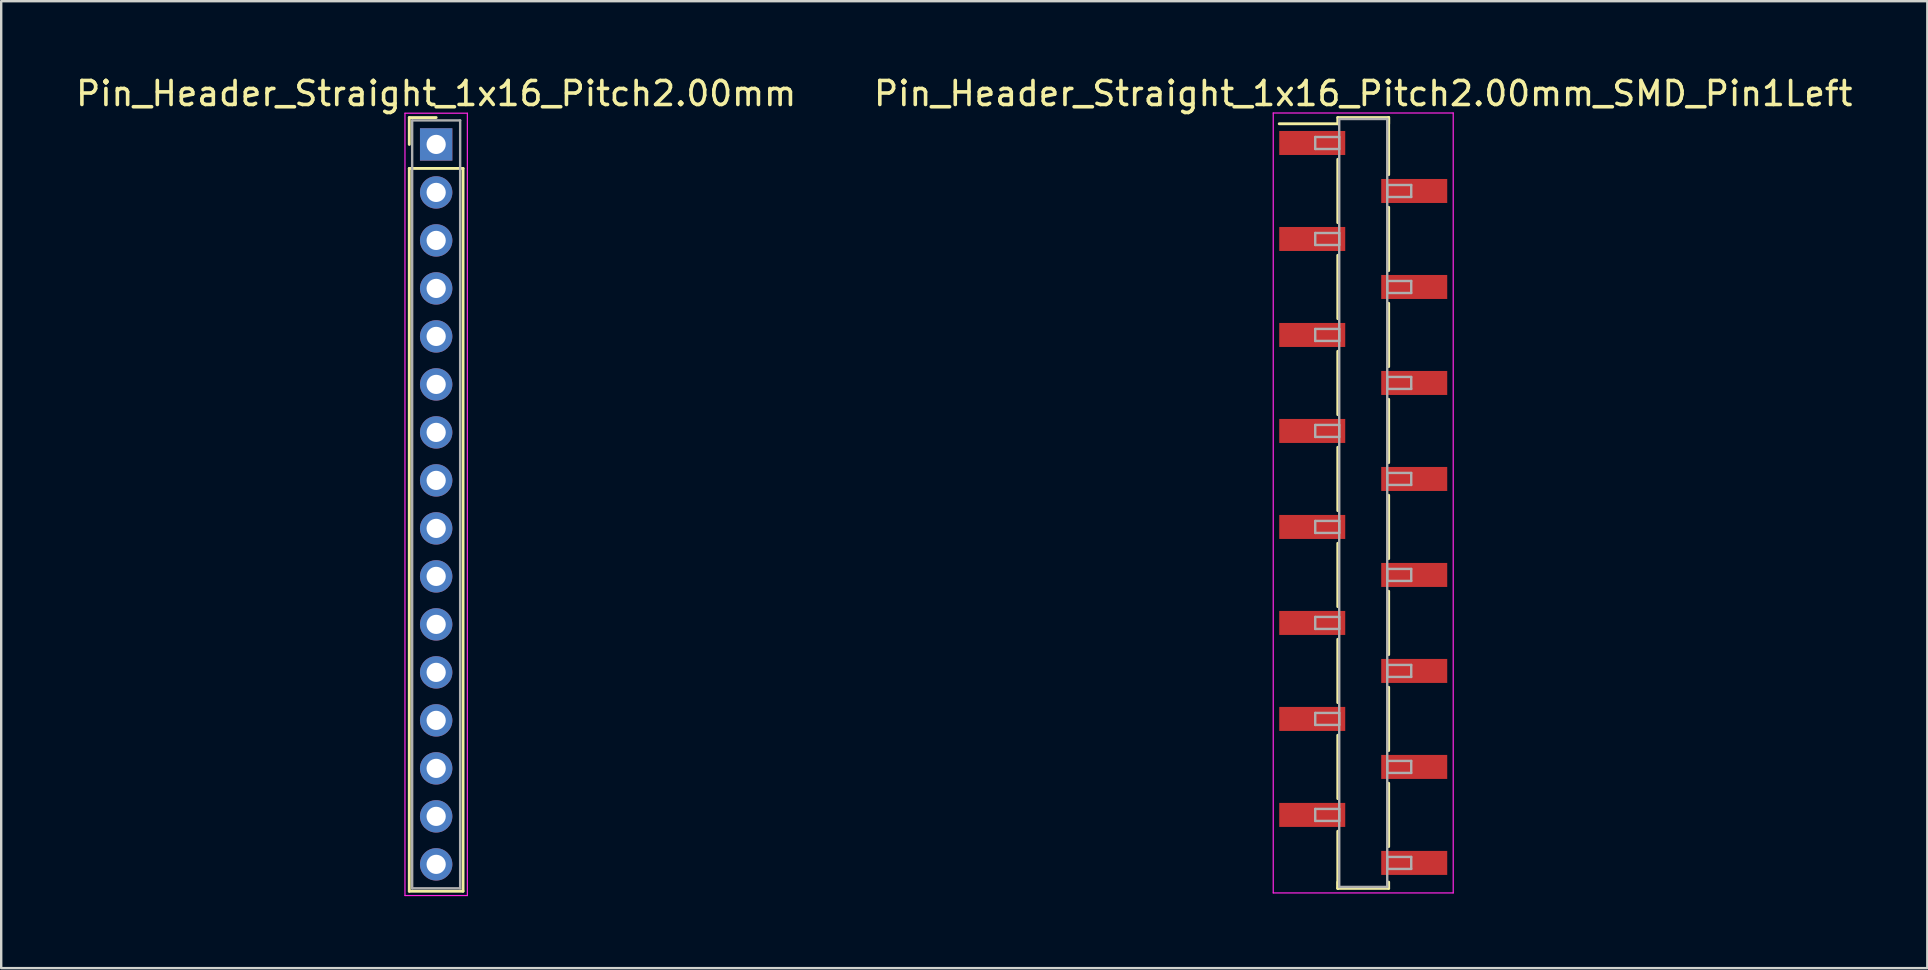
<source format=kicad_pcb>
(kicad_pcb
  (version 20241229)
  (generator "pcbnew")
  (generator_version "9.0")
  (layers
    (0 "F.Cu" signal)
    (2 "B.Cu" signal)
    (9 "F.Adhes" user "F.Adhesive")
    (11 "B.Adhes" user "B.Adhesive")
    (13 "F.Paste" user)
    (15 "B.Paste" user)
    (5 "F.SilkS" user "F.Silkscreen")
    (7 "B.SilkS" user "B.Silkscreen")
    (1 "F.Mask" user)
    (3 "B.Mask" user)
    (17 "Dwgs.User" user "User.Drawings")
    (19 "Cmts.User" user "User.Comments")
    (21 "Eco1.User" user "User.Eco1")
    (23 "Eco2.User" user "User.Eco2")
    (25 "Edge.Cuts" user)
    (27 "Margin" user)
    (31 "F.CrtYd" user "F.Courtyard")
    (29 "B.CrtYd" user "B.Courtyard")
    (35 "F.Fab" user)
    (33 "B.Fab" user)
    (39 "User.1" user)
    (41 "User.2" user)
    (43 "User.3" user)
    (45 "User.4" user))
  (footprint "Pin_Header_Straight_1x16_Pitch2.00mm"
    (layer "F.Cu")
    (at 15.125 2.968)
    (property "Reference" "Pin_Header_Straight_1x16_Pitch2.00mm" (at 0 -2.12 0) (layer "F.SilkS") (effects (font (size 1 1) (thickness 0.15))))
    (attr through_hole)
    (fp_line (start -1.12 -1.12) (end 0 -1.12) (stroke (width 0.12) (type solid)) (layer "F.SilkS"))
    (fp_line (start -1.12 0) (end -1.12 -1.12) (stroke (width 0.12) (type solid)) (layer "F.SilkS"))
    (fp_line (start -1.12 1) (end -1.12 31.12) (stroke (width 0.12) (type solid)) (layer "F.SilkS"))
    (fp_line (start -1.12 31.12) (end 1.12 31.12) (stroke (width 0.12) (type solid)) (layer "F.SilkS"))
    (fp_line (start 1.12 1) (end -1.12 1) (stroke (width 0.12) (type solid)) (layer "F.SilkS"))
    (fp_line (start 1.12 31.12) (end 1.12 1) (stroke (width 0.12) (type solid)) (layer "F.SilkS"))
    (fp_line (start -1.3 -1.3) (end -1.3 31.3) (stroke (width 0.05) (type solid)) (layer "F.CrtYd"))
    (fp_line (start -1.3 31.3) (end 1.3 31.3) (stroke (width 0.05) (type solid)) (layer "F.CrtYd"))
    (fp_line (start 1.3 -1.3) (end -1.3 -1.3) (stroke (width 0.05) (type solid)) (layer "F.CrtYd"))
    (fp_line (start 1.3 31.3) (end 1.3 -1.3) (stroke (width 0.05) (type solid)) (layer "F.CrtYd"))
    (fp_line (start -1 -1) (end -1 31) (stroke (width 0.1) (type solid)) (layer "F.Fab"))
    (fp_line (start -1 31) (end 1 31) (stroke (width 0.1) (type solid)) (layer "F.Fab"))
    (fp_line (start 1 -1) (end -1 -1) (stroke (width 0.1) (type solid)) (layer "F.Fab"))
    (fp_line (start 1 31) (end 1 -1) (stroke (width 0.1) (type solid)) (layer "F.Fab"))
    (pad "1" thru_hole rect (at 0 0) (size 1.35 1.35) (drill 0.8) (layers "*.Cu" "*.Mask"))
    (pad "2" thru_hole oval (at 0 2) (size 1.35 1.35) (drill 0.8) (layers "*.Cu" "*.Mask"))
    (pad "3" thru_hole oval (at 0 4) (size 1.35 1.35) (drill 0.8) (layers "*.Cu" "*.Mask"))
    (pad "4" thru_hole oval (at 0 6) (size 1.35 1.35) (drill 0.8) (layers "*.Cu" "*.Mask"))
    (pad "5" thru_hole oval (at 0 8) (size 1.35 1.35) (drill 0.8) (layers "*.Cu" "*.Mask"))
    (pad "6" thru_hole oval (at 0 10) (size 1.35 1.35) (drill 0.8) (layers "*.Cu" "*.Mask"))
    (pad "7" thru_hole oval (at 0 12) (size 1.35 1.35) (drill 0.8) (layers "*.Cu" "*.Mask"))
    (pad "8" thru_hole oval (at 0 14) (size 1.35 1.35) (drill 0.8) (layers "*.Cu" "*.Mask"))
    (pad "9" thru_hole oval (at 0 16) (size 1.35 1.35) (drill 0.8) (layers "*.Cu" "*.Mask"))
    (pad "10" thru_hole oval (at 0 18) (size 1.35 1.35) (drill 0.8) (layers "*.Cu" "*.Mask"))
    (pad "11" thru_hole oval (at 0 20) (size 1.35 1.35) (drill 0.8) (layers "*.Cu" "*.Mask"))
    (pad "12" thru_hole oval (at 0 22) (size 1.35 1.35) (drill 0.8) (layers "*.Cu" "*.Mask"))
    (pad "13" thru_hole oval (at 0 24) (size 1.35 1.35) (drill 0.8) (layers "*.Cu" "*.Mask"))
    (pad "14" thru_hole oval (at 0 26) (size 1.35 1.35) (drill 0.8) (layers "*.Cu" "*.Mask"))
    (pad "15" thru_hole oval (at 0 28) (size 1.35 1.35) (drill 0.8) (layers "*.Cu" "*.Mask"))
    (pad "16" thru_hole oval (at 0 30) (size 1.35 1.35) (drill 0.8) (layers "*.Cu" "*.Mask")))
  (footprint "Pin_Header_Straight_1x16_Pitch2.00mm_SMD_Pin1Left"
    (layer "F.Cu")
    (at 53.756 17.908)
    (property "Reference" "Pin_Header_Straight_1x16_Pitch2.00mm_SMD_Pin1Left" (at 0 -17.06 0) (layer "F.SilkS") (effects (font (size 1 1) (thickness 0.15))))
    (attr smd)
    (fp_line (start -1.06 -16.06) (end 1.06 -16.06) (stroke (width 0.12) (type solid)) (layer "F.SilkS"))
    (fp_line (start -1.06 -15.8) (end -3.5 -15.8) (stroke (width 0.12) (type solid)) (layer "F.SilkS"))
    (fp_line (start -1.06 -15.8) (end -1.06 -16.06) (stroke (width 0.12) (type solid)) (layer "F.SilkS"))
    (fp_line (start -1.06 -14.32) (end -1.06 -11.68) (stroke (width 0.12) (type solid)) (layer "F.SilkS"))
    (fp_line (start -1.06 -10.32) (end -1.06 -7.68) (stroke (width 0.12) (type solid)) (layer "F.SilkS"))
    (fp_line (start -1.06 -6.32) (end -1.06 -3.68) (stroke (width 0.12) (type solid)) (layer "F.SilkS"))
    (fp_line (start -1.06 -2.32) (end -1.06 0.32) (stroke (width 0.12) (type solid)) (layer "F.SilkS"))
    (fp_line (start -1.06 1.68) (end -1.06 4.32) (stroke (width 0.12) (type solid)) (layer "F.SilkS"))
    (fp_line (start -1.06 5.68) (end -1.06 8.32) (stroke (width 0.12) (type solid)) (layer "F.SilkS"))
    (fp_line (start -1.06 9.68) (end -1.06 12.32) (stroke (width 0.12) (type solid)) (layer "F.SilkS"))
    (fp_line (start -1.06 13.68) (end -1.06 16.06) (stroke (width 0.12) (type solid)) (layer "F.SilkS"))
    (fp_line (start -1.06 15.8) (end -1.06 16.06) (stroke (width 0.12) (type solid)) (layer "F.SilkS"))
    (fp_line (start -1.06 16.06) (end 1.06 16.06) (stroke (width 0.12) (type solid)) (layer "F.SilkS"))
    (fp_line (start 1.06 -16.06) (end 1.06 -15.8) (stroke (width 0.12) (type solid)) (layer "F.SilkS"))
    (fp_line (start 1.06 -16.06) (end 1.06 -13.68) (stroke (width 0.12) (type solid)) (layer "F.SilkS"))
    (fp_line (start 1.06 -12.32) (end 1.06 -9.68) (stroke (width 0.12) (type solid)) (layer "F.SilkS"))
    (fp_line (start 1.06 -8.32) (end 1.06 -5.68) (stroke (width 0.12) (type solid)) (layer "F.SilkS"))
    (fp_line (start 1.06 -4.32) (end 1.06 -1.68) (stroke (width 0.12) (type solid)) (layer "F.SilkS"))
    (fp_line (start 1.06 -0.32) (end 1.06 2.32) (stroke (width 0.12) (type solid)) (layer "F.SilkS"))
    (fp_line (start 1.06 3.68) (end 1.06 6.32) (stroke (width 0.12) (type solid)) (layer "F.SilkS"))
    (fp_line (start 1.06 7.68) (end 1.06 10.32) (stroke (width 0.12) (type solid)) (layer "F.SilkS"))
    (fp_line (start 1.06 11.68) (end 1.06 14.32) (stroke (width 0.12) (type solid)) (layer "F.SilkS"))
    (fp_line (start 1.06 16.06) (end 1.06 15.8) (stroke (width 0.12) (type solid)) (layer "F.SilkS"))
    (fp_line (start -3.75 -16.25) (end -3.75 16.25) (stroke (width 0.05) (type solid)) (layer "F.CrtYd"))
    (fp_line (start -3.75 16.25) (end 3.75 16.25) (stroke (width 0.05) (type solid)) (layer "F.CrtYd"))
    (fp_line (start 3.75 -16.25) (end -3.75 -16.25) (stroke (width 0.05) (type solid)) (layer "F.CrtYd"))
    (fp_line (start 3.75 16.25) (end 3.75 -16.25) (stroke (width 0.05) (type solid)) (layer "F.CrtYd"))
    (fp_line (start -2 -15.25) (end -1 -15.25) (stroke (width 0.1) (type solid)) (layer "F.Fab"))
    (fp_line (start -2 -14.75) (end -2 -15.25) (stroke (width 0.1) (type solid)) (layer "F.Fab"))
    (fp_line (start -2 -11.25) (end -1 -11.25) (stroke (width 0.1) (type solid)) (layer "F.Fab"))
    (fp_line (start -2 -10.75) (end -2 -11.25) (stroke (width 0.1) (type solid)) (layer "F.Fab"))
    (fp_line (start -2 -7.25) (end -1 -7.25) (stroke (width 0.1) (type solid)) (layer "F.Fab"))
    (fp_line (start -2 -6.75) (end -2 -7.25) (stroke (width 0.1) (type solid)) (layer "F.Fab"))
    (fp_line (start -2 -3.25) (end -1 -3.25) (stroke (width 0.1) (type solid)) (layer "F.Fab"))
    (fp_line (start -2 -2.75) (end -2 -3.25) (stroke (width 0.1) (type solid)) (layer "F.Fab"))
    (fp_line (start -2 0.75) (end -1 0.75) (stroke (width 0.1) (type solid)) (layer "F.Fab"))
    (fp_line (start -2 1.25) (end -2 0.75) (stroke (width 0.1) (type solid)) (layer "F.Fab"))
    (fp_line (start -2 4.75) (end -1 4.75) (stroke (width 0.1) (type solid)) (layer "F.Fab"))
    (fp_line (start -2 5.25) (end -2 4.75) (stroke (width 0.1) (type solid)) (layer "F.Fab"))
    (fp_line (start -2 8.75) (end -1 8.75) (stroke (width 0.1) (type solid)) (layer "F.Fab"))
    (fp_line (start -2 9.25) (end -2 8.75) (stroke (width 0.1) (type solid)) (layer "F.Fab"))
    (fp_line (start -2 12.75) (end -1 12.75) (stroke (width 0.1) (type solid)) (layer "F.Fab"))
    (fp_line (start -2 13.25) (end -2 12.75) (stroke (width 0.1) (type solid)) (layer "F.Fab"))
    (fp_line (start -1 -16) (end -1 16) (stroke (width 0.1) (type solid)) (layer "F.Fab"))
    (fp_line (start -1 -15.25) (end -1 -14.75) (stroke (width 0.1) (type solid)) (layer "F.Fab"))
    (fp_line (start -1 -14.75) (end -2 -14.75) (stroke (width 0.1) (type solid)) (layer "F.Fab"))
    (fp_line (start -1 -11.25) (end -1 -10.75) (stroke (width 0.1) (type solid)) (layer "F.Fab"))
    (fp_line (start -1 -10.75) (end -2 -10.75) (stroke (width 0.1) (type solid)) (layer "F.Fab"))
    (fp_line (start -1 -7.25) (end -1 -6.75) (stroke (width 0.1) (type solid)) (layer "F.Fab"))
    (fp_line (start -1 -6.75) (end -2 -6.75) (stroke (width 0.1) (type solid)) (layer "F.Fab"))
    (fp_line (start -1 -3.25) (end -1 -2.75) (stroke (width 0.1) (type solid)) (layer "F.Fab"))
    (fp_line (start -1 -2.75) (end -2 -2.75) (stroke (width 0.1) (type solid)) (layer "F.Fab"))
    (fp_line (start -1 0.75) (end -1 1.25) (stroke (width 0.1) (type solid)) (layer "F.Fab"))
    (fp_line (start -1 1.25) (end -2 1.25) (stroke (width 0.1) (type solid)) (layer "F.Fab"))
    (fp_line (start -1 4.75) (end -1 5.25) (stroke (width 0.1) (type solid)) (layer "F.Fab"))
    (fp_line (start -1 5.25) (end -2 5.25) (stroke (width 0.1) (type solid)) (layer "F.Fab"))
    (fp_line (start -1 8.75) (end -1 9.25) (stroke (width 0.1) (type solid)) (layer "F.Fab"))
    (fp_line (start -1 9.25) (end -2 9.25) (stroke (width 0.1) (type solid)) (layer "F.Fab"))
    (fp_line (start -1 12.75) (end -1 13.25) (stroke (width 0.1) (type solid)) (layer "F.Fab"))
    (fp_line (start -1 13.25) (end -2 13.25) (stroke (width 0.1) (type solid)) (layer "F.Fab"))
    (fp_line (start -1 16) (end 1 16) (stroke (width 0.1) (type solid)) (layer "F.Fab"))
    (fp_line (start 1 -16) (end -1 -16) (stroke (width 0.1) (type solid)) (layer "F.Fab"))
    (fp_line (start 1 -13.25) (end 1 -12.75) (stroke (width 0.1) (type solid)) (layer "F.Fab"))
    (fp_line (start 1 -12.75) (end 2 -12.75) (stroke (width 0.1) (type solid)) (layer "F.Fab"))
    (fp_line (start 1 -9.25) (end 1 -8.75) (stroke (width 0.1) (type solid)) (layer "F.Fab"))
    (fp_line (start 1 -8.75) (end 2 -8.75) (stroke (width 0.1) (type solid)) (layer "F.Fab"))
    (fp_line (start 1 -5.25) (end 1 -4.75) (stroke (width 0.1) (type solid)) (layer "F.Fab"))
    (fp_line (start 1 -4.75) (end 2 -4.75) (stroke (width 0.1) (type solid)) (layer "F.Fab"))
    (fp_line (start 1 -1.25) (end 1 -0.75) (stroke (width 0.1) (type solid)) (layer "F.Fab"))
    (fp_line (start 1 -0.75) (end 2 -0.75) (stroke (width 0.1) (type solid)) (layer "F.Fab"))
    (fp_line (start 1 2.75) (end 1 3.25) (stroke (width 0.1) (type solid)) (layer "F.Fab"))
    (fp_line (start 1 3.25) (end 2 3.25) (stroke (width 0.1) (type solid)) (layer "F.Fab"))
    (fp_line (start 1 6.75) (end 1 7.25) (stroke (width 0.1) (type solid)) (layer "F.Fab"))
    (fp_line (start 1 7.25) (end 2 7.25) (stroke (width 0.1) (type solid)) (layer "F.Fab"))
    (fp_line (start 1 10.75) (end 1 11.25) (stroke (width 0.1) (type solid)) (layer "F.Fab"))
    (fp_line (start 1 11.25) (end 2 11.25) (stroke (width 0.1) (type solid)) (layer "F.Fab"))
    (fp_line (start 1 14.75) (end 1 15.25) (stroke (width 0.1) (type solid)) (layer "F.Fab"))
    (fp_line (start 1 15.25) (end 2 15.25) (stroke (width 0.1) (type solid)) (layer "F.Fab"))
    (fp_line (start 1 16) (end 1 -16) (stroke (width 0.1) (type solid)) (layer "F.Fab"))
    (fp_line (start 2 -13.25) (end 1 -13.25) (stroke (width 0.1) (type solid)) (layer "F.Fab"))
    (fp_line (start 2 -12.75) (end 2 -13.25) (stroke (width 0.1) (type solid)) (layer "F.Fab"))
    (fp_line (start 2 -9.25) (end 1 -9.25) (stroke (width 0.1) (type solid)) (layer "F.Fab"))
    (fp_line (start 2 -8.75) (end 2 -9.25) (stroke (width 0.1) (type solid)) (layer "F.Fab"))
    (fp_line (start 2 -5.25) (end 1 -5.25) (stroke (width 0.1) (type solid)) (layer "F.Fab"))
    (fp_line (start 2 -4.75) (end 2 -5.25) (stroke (width 0.1) (type solid)) (layer "F.Fab"))
    (fp_line (start 2 -1.25) (end 1 -1.25) (stroke (width 0.1) (type solid)) (layer "F.Fab"))
    (fp_line (start 2 -0.75) (end 2 -1.25) (stroke (width 0.1) (type solid)) (layer "F.Fab"))
    (fp_line (start 2 2.75) (end 1 2.75) (stroke (width 0.1) (type solid)) (layer "F.Fab"))
    (fp_line (start 2 3.25) (end 2 2.75) (stroke (width 0.1) (type solid)) (layer "F.Fab"))
    (fp_line (start 2 6.75) (end 1 6.75) (stroke (width 0.1) (type solid)) (layer "F.Fab"))
    (fp_line (start 2 7.25) (end 2 6.75) (stroke (width 0.1) (type solid)) (layer "F.Fab"))
    (fp_line (start 2 10.75) (end 1 10.75) (stroke (width 0.1) (type solid)) (layer "F.Fab"))
    (fp_line (start 2 11.25) (end 2 10.75) (stroke (width 0.1) (type solid)) (layer "F.Fab"))
    (fp_line (start 2 14.75) (end 1 14.75) (stroke (width 0.1) (type solid)) (layer "F.Fab"))
    (fp_line (start 2 15.25) (end 2 14.75) (stroke (width 0.1) (type solid)) (layer "F.Fab"))
    (pad "1" smd rect (at -2.125 -15) (size 2.75 1) (layers "F.Cu" "F.Mask"))
    (pad "2" smd rect (at 2.125 -13) (size 2.75 1) (layers "F.Cu" "F.Mask"))
    (pad "3" smd rect (at -2.125 -11) (size 2.75 1) (layers "F.Cu" "F.Mask"))
    (pad "4" smd rect (at 2.125 -9) (size 2.75 1) (layers "F.Cu" "F.Mask"))
    (pad "5" smd rect (at -2.125 -7) (size 2.75 1) (layers "F.Cu" "F.Mask"))
    (pad "6" smd rect (at 2.125 -5) (size 2.75 1) (layers "F.Cu" "F.Mask"))
    (pad "7" smd rect (at -2.125 -3) (size 2.75 1) (layers "F.Cu" "F.Mask"))
    (pad "8" smd rect (at 2.125 -1) (size 2.75 1) (layers "F.Cu" "F.Mask"))
    (pad "9" smd rect (at -2.125 1) (size 2.75 1) (layers "F.Cu" "F.Mask"))
    (pad "10" smd rect (at 2.125 3) (size 2.75 1) (layers "F.Cu" "F.Mask"))
    (pad "11" smd rect (at -2.125 5) (size 2.75 1) (layers "F.Cu" "F.Mask"))
    (pad "12" smd rect (at 2.125 7) (size 2.75 1) (layers "F.Cu" "F.Mask"))
    (pad "13" smd rect (at -2.125 9) (size 2.75 1) (layers "F.Cu" "F.Mask"))
    (pad "14" smd rect (at 2.125 11) (size 2.75 1) (layers "F.Cu" "F.Mask"))
    (pad "15" smd rect (at -2.125 13) (size 2.75 1) (layers "F.Cu" "F.Mask"))
    (pad "16" smd rect (at 2.125 15) (size 2.75 1) (layers "F.Cu" "F.Mask")))
  (gr_rect
    (start -3 -3)
    (end 77.262 37.293)
    (stroke (width 0.1) (type default))
    (fill no)
    (layer "Edge.Cuts")))
</source>
